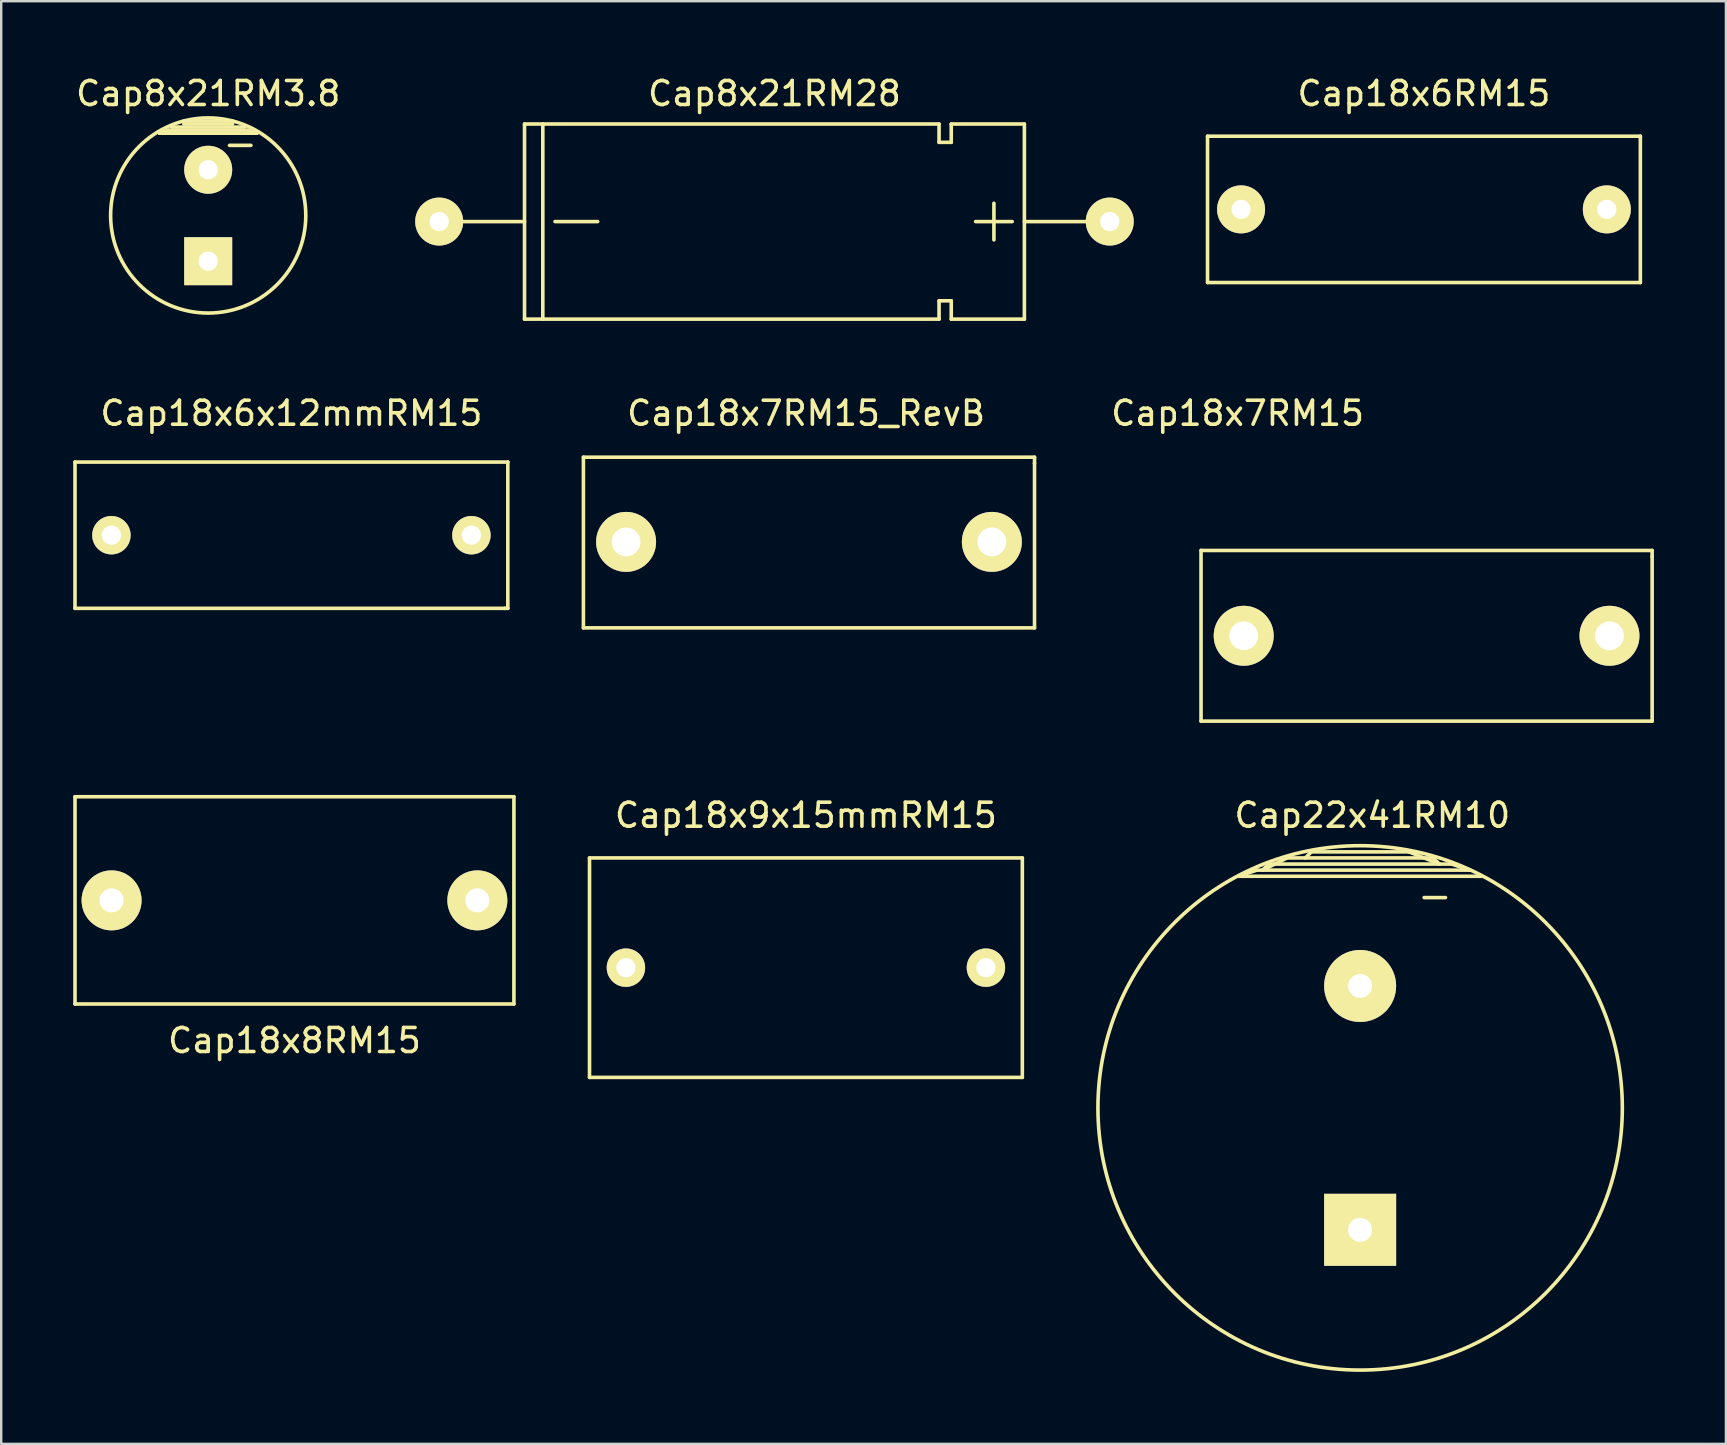
<source format=kicad_pcb>
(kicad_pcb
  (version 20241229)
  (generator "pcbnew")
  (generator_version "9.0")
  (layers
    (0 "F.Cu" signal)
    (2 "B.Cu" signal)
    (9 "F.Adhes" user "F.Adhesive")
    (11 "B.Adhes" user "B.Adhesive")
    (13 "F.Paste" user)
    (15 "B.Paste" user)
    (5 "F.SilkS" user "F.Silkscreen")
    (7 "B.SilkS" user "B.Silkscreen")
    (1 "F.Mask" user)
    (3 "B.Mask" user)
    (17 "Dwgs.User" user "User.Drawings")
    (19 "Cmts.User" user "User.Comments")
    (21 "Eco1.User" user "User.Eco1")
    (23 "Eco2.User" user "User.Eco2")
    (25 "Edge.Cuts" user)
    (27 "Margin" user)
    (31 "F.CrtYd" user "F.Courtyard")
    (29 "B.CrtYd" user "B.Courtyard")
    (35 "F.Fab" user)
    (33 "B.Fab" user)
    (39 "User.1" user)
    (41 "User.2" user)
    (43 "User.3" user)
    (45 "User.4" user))
  (footprint "Cap18x6RM15"
    (layer "F.Cu")
    (at 56.281 5.674)
    (property "Reference" "Cap18x6RM15" (at 0 -4.826 0) (layer "F.SilkS") (effects (font (size 1 1) (thickness 0.15))))
    (attr through_hole)
    (fp_line (start -9.017 -3.048) (end -9.017 3.048) (stroke (width 0.15) (type solid)) (layer "F.SilkS"))
    (fp_line (start -9.017 3.048) (end 9.017 3.048) (stroke (width 0.15) (type solid)) (layer "F.SilkS"))
    (fp_line (start 9.017 -3.048) (end -9.017 -3.048) (stroke (width 0.15) (type solid)) (layer "F.SilkS"))
    (fp_line (start 9.017 -3.048) (end 9.017 3.048) (stroke (width 0.15) (type solid)) (layer "F.SilkS"))
    (pad "1" thru_hole circle (at -7.62 0) (size 1.999 1.999) (drill 0.8) (layers "*.Cu" "*.Mask" "F.SilkS"))
    (pad "2" thru_hole circle (at 7.62 0) (size 1.999 1.999) (drill 0.8) (layers "*.Cu" "*.Mask" "F.SilkS")))
  (footprint "Cap18x6x12mmRM15"
    (layer "F.Cu")
    (at 9.092 19.25)
    (property "Reference" "Cap18x6x12mmRM15" (at 0 -5.08 0) (layer "F.SilkS") (effects (font (size 1 1) (thickness 0.15))))
    (attr through_hole)
    (fp_line (start -9.017 -3.048) (end -9.017 3.048) (stroke (width 0.15) (type solid)) (layer "F.SilkS"))
    (fp_line (start -9.017 3.048) (end 8.89 3.048) (stroke (width 0.15) (type solid)) (layer "F.SilkS"))
    (fp_line (start 8.89 3.048) (end 9.017 3.048) (stroke (width 0.15) (type solid)) (layer "F.SilkS"))
    (fp_line (start 9.017 -3.048) (end -9.017 -3.048) (stroke (width 0.15) (type solid)) (layer "F.SilkS"))
    (fp_line (start 9.017 3.048) (end 9.017 -3.048) (stroke (width 0.15) (type solid)) (layer "F.SilkS"))
    (pad "1" thru_hole circle (at -7.5 0) (size 1.6 1.6) (drill 0.8) (layers "*.Cu" "*.Mask" "F.SilkS"))
    (pad "2" thru_hole circle (at 7.5 0) (size 1.6 1.6) (drill 0.8) (layers "*.Cu" "*.Mask" "F.SilkS")))
  (footprint "Cap18x9x15mmRM15"
    (layer "F.Cu")
    (at 30.53 37.27)
    (property "Reference" "Cap18x9x15mmRM15" (at 0 -6.35 0) (layer "F.SilkS") (effects (font (size 1 1) (thickness 0.15))))
    (attr through_hole)
    (fp_line (start -9.017 -4.572) (end -9.017 4.572) (stroke (width 0.15) (type solid)) (layer "F.SilkS"))
    (fp_line (start -9.017 4.572) (end 9.017 4.572) (stroke (width 0.15) (type solid)) (layer "F.SilkS"))
    (fp_line (start 9.017 -4.572) (end -9.017 -4.572) (stroke (width 0.15) (type solid)) (layer "F.SilkS"))
    (fp_line (start 9.017 4.572) (end 9.017 -4.572) (stroke (width 0.15) (type solid)) (layer "F.SilkS"))
    (pad "1" thru_hole circle (at -7.5 0) (size 1.6 1.6) (drill 0.8) (layers "*.Cu" "*.Mask" "F.SilkS"))
    (pad "2" thru_hole circle (at 7.5 0) (size 1.6 1.6) (drill 0.8) (layers "*.Cu" "*.Mask" "F.SilkS")))
  (footprint "Cap18x7RM15"
    (layer "F.Cu")
    (at 48.771 23.314)
    (property "Reference" "Cap18x7RM15" (at -0.254 -9.144 0) (layer "F.SilkS") (effects (font (size 1 1) (thickness 0.15))))
    (attr through_hole)
    (fp_line (start -1.778 -3.429) (end -1.778 3.683) (stroke (width 0.15) (type solid)) (layer "F.SilkS"))
    (fp_line (start -1.778 3.683) (end 17.018 3.683) (stroke (width 0.15) (type solid)) (layer "F.SilkS"))
    (fp_line (start 17.018 -3.429) (end -1.778 -3.429) (stroke (width 0.15) (type solid)) (layer "F.SilkS"))
    (fp_line (start 17.018 -3.175) (end 17.018 -3.429) (stroke (width 0.15) (type solid)) (layer "F.SilkS"))
    (fp_line (start 17.018 3.683) (end 17.018 -3.175) (stroke (width 0.15) (type solid)) (layer "F.SilkS"))
    (pad "1" thru_hole circle (at 0 0.127) (size 2.499 2.499) (drill 1.199) (layers "*.Cu" "*.Mask" "F.SilkS"))
    (pad "2" thru_hole circle (at 15.24 0.127) (size 2.499 2.499) (drill 1.199) (layers "*.Cu" "*.Mask" "F.SilkS")))
  (footprint "Cap8x21RM3.8"
    (layer "F.Cu")
    (at 5.625 5.928)
    (property "Reference" "Cap8x21RM3.8" (at 0 -5.08 0) (layer "F.SilkS") (effects (font (size 1 1) (thickness 0.15))))
    (attr through_hole)
    (fp_line (start -2.032 -3.429) (end -1.651 -3.556) (stroke (width 0.15) (type solid)) (layer "F.SilkS"))
    (fp_line (start -1.651 -3.556) (end 1.651 -3.556) (stroke (width 0.15) (type solid)) (layer "F.SilkS"))
    (fp_line (start -1.524 -3.683) (end 1.524 -3.683) (stroke (width 0.15) (type solid)) (layer "F.SilkS"))
    (fp_line (start -1.016 -3.81) (end 1.016 -3.81) (stroke (width 0.15) (type solid)) (layer "F.SilkS"))
    (fp_line (start 0.889 -2.921) (end 1.778 -2.921) (stroke (width 0.15) (type solid)) (layer "F.SilkS"))
    (fp_line (start 1.016 -3.937) (end -1.016 -3.937) (stroke (width 0.15) (type solid)) (layer "F.SilkS"))
    (fp_line (start 1.651 -3.556) (end 2.032 -3.429) (stroke (width 0.15) (type solid)) (layer "F.SilkS"))
    (fp_line (start 2.032 -3.429) (end -2.032 -3.429) (stroke (width 0.15) (type solid)) (layer "F.SilkS"))
    (fp_circle (center 0 0) (end -4.064 0.127) (stroke (width 0.15) (type solid)) (fill no) (layer "F.SilkS"))
    (pad "1" thru_hole rect (at 0 1.905) (size 1.999 1.999) (drill 0.8) (layers "*.Cu" "*.Mask" "F.SilkS"))
    (pad "2" thru_hole circle (at 0 -1.905) (size 1.999 1.999) (drill 0.8) (layers "*.Cu" "*.Mask" "F.SilkS")))
  (footprint "Cap8x21RM28"
    (layer "F.Cu")
    (at 29.219 6.182)
    (property "Reference" "Cap8x21RM28" (at 0 -5.334 0) (layer "F.SilkS") (effects (font (size 1 1) (thickness 0.15))))
    (attr through_hole)
    (fp_line (start -10.414 0) (end -13.97 0) (stroke (width 0.15) (type solid)) (layer "F.SilkS"))
    (fp_line (start -10.414 4.064) (end -10.414 -4.064) (stroke (width 0.15) (type solid)) (layer "F.SilkS"))
    (fp_line (start -10.414 4.064) (end 6.858 4.064) (stroke (width 0.15) (type solid)) (layer "F.SilkS"))
    (fp_line (start -9.652 -4.064) (end -9.652 4.064) (stroke (width 0.15) (type solid)) (layer "F.SilkS"))
    (fp_line (start -9.144 0) (end -7.366 0) (stroke (width 0.15) (type solid)) (layer "F.SilkS"))
    (fp_line (start 6.858 -4.064) (end -10.414 -4.064) (stroke (width 0.15) (type solid)) (layer "F.SilkS"))
    (fp_line (start 6.858 -3.302) (end 6.858 -4.064) (stroke (width 0.15) (type solid)) (layer "F.SilkS"))
    (fp_line (start 6.858 3.302) (end 7.366 3.302) (stroke (width 0.15) (type solid)) (layer "F.SilkS"))
    (fp_line (start 6.858 4.064) (end 6.858 3.302) (stroke (width 0.15) (type solid)) (layer "F.SilkS"))
    (fp_line (start 7.366 -4.064) (end 7.366 -3.302) (stroke (width 0.15) (type solid)) (layer "F.SilkS"))
    (fp_line (start 7.366 -3.302) (end 6.858 -3.302) (stroke (width 0.15) (type solid)) (layer "F.SilkS"))
    (fp_line (start 7.366 3.302) (end 7.366 4.064) (stroke (width 0.15) (type solid)) (layer "F.SilkS"))
    (fp_line (start 7.366 4.064) (end 10.414 4.064) (stroke (width 0.15) (type solid)) (layer "F.SilkS"))
    (fp_line (start 9.144 0.762) (end 9.144 -0.762) (stroke (width 0.15) (type solid)) (layer "F.SilkS"))
    (fp_line (start 9.906 0) (end 8.382 0) (stroke (width 0.15) (type solid)) (layer "F.SilkS"))
    (fp_line (start 10.414 -4.064) (end 7.366 -4.064) (stroke (width 0.15) (type solid)) (layer "F.SilkS"))
    (fp_line (start 10.414 -4.064) (end 10.414 4.064) (stroke (width 0.15) (type solid)) (layer "F.SilkS"))
    (fp_line (start 10.414 0) (end 13.97 0) (stroke (width 0.15) (type solid)) (layer "F.SilkS"))
    (pad "1" thru_hole circle (at 13.97 0) (size 1.999 1.999) (drill 0.8) (layers "*.Cu" "*.Mask" "F.SilkS"))
    (pad "2" thru_hole circle (at -13.97 0) (size 1.999 1.999) (drill 0.8) (layers "*.Cu" "*.Mask" "F.SilkS")))
  (footprint "Cap18x7RM15_RevB"
    (layer "F.Cu")
    (at 30.537 19.529)
    (property "Reference" "Cap18x7RM15_RevB" (at 0 -5.36 0) (layer "F.SilkS") (effects (font (size 1 1) (thickness 0.15))))
    (attr through_hole)
    (fp_line (start -9.278 -3.529) (end -9.278 3.583) (stroke (width 0.15) (type solid)) (layer "F.SilkS"))
    (fp_line (start -9.278 3.583) (end 9.518 3.583) (stroke (width 0.15) (type solid)) (layer "F.SilkS"))
    (fp_line (start 9.518 -3.529) (end -9.278 -3.529) (stroke (width 0.15) (type solid)) (layer "F.SilkS"))
    (fp_line (start 9.518 -3.275) (end 9.518 -3.529) (stroke (width 0.15) (type solid)) (layer "F.SilkS"))
    (fp_line (start 9.518 3.583) (end 9.518 -3.275) (stroke (width 0.15) (type solid)) (layer "F.SilkS"))
    (pad "1" thru_hole circle (at -7.5 0) (size 2.499 2.499) (drill 1.199) (layers "*.Cu" "*.Mask" "F.SilkS"))
    (pad "2" thru_hole circle (at 7.74 0) (size 2.499 2.499) (drill 1.199) (layers "*.Cu" "*.Mask" "F.SilkS")))
  (footprint "Cap22x41RM10"
    (layer "F.Cu")
    (at 53.622 43.112)
    (property "Reference" "Cap22x41RM10" (at 0.508 -12.192 0) (layer "F.SilkS") (effects (font (size 1 1) (thickness 0.15))))
    (attr through_hole)
    (fp_line (start -5.08 -9.652) (end -4.318 -9.906) (stroke (width 0.15) (type solid)) (layer "F.SilkS"))
    (fp_line (start -4.318 -9.906) (end 4.572 -9.906) (stroke (width 0.15) (type solid)) (layer "F.SilkS"))
    (fp_line (start -4.064 -9.906) (end -3.048 -10.414) (stroke (width 0.15) (type solid)) (layer "F.SilkS"))
    (fp_line (start -3.81 -10.16) (end -4.064 -9.906) (stroke (width 0.15) (type solid)) (layer "F.SilkS"))
    (fp_line (start -3.048 -10.414) (end 3.048 -10.414) (stroke (width 0.15) (type solid)) (layer "F.SilkS"))
    (fp_line (start -2.032 -10.668) (end -2.286 -10.414) (stroke (width 0.15) (type solid)) (layer "F.SilkS"))
    (fp_line (start 2.032 -10.668) (end -2.032 -10.668) (stroke (width 0.15) (type solid)) (layer "F.SilkS"))
    (fp_line (start 2.667 -8.763) (end 3.556 -8.763) (stroke (width 0.15) (type solid)) (layer "F.SilkS"))
    (fp_line (start 3.048 -10.414) (end 3.302 -10.16) (stroke (width 0.15) (type solid)) (layer "F.SilkS"))
    (fp_line (start 3.302 -10.16) (end 2.032 -10.668) (stroke (width 0.15) (type solid)) (layer "F.SilkS"))
    (fp_line (start 3.81 -10.16) (end -3.81 -10.16) (stroke (width 0.15) (type solid)) (layer "F.SilkS"))
    (fp_line (start 4.572 -9.906) (end 3.81 -10.16) (stroke (width 0.15) (type solid)) (layer "F.SilkS"))
    (fp_line (start 5.08 -9.652) (end -5.08 -9.652) (stroke (width 0.15) (type solid)) (layer "F.SilkS"))
    (fp_circle (center 0 0) (end 10.922 -0.254) (stroke (width 0.15) (type solid)) (fill no) (layer "F.SilkS"))
    (pad "1" thru_hole rect (at 0 5.08) (size 3 3) (drill 1.001) (layers "*.Cu" "*.Mask" "F.SilkS"))
    (pad "2" thru_hole circle (at 0 -5.08) (size 3 3) (drill 1.001) (layers "*.Cu" "*.Mask" "F.SilkS")))
  (footprint "Cap18x8RM15"
    (layer "F.Cu")
    (at 9.219 34.465)
    (property "Reference" "Cap18x8RM15" (at 0 5.842 0) (layer "F.SilkS") (effects (font (size 1 1) (thickness 0.15))))
    (attr through_hole)
    (fp_line (start -9.144 -4.318) (end 9.144 -4.318) (stroke (width 0.15) (type solid)) (layer "F.SilkS"))
    (fp_line (start -9.144 4.318) (end -9.144 -4.318) (stroke (width 0.15) (type solid)) (layer "F.SilkS"))
    (fp_line (start 9.144 -4.318) (end 9.144 4.318) (stroke (width 0.15) (type solid)) (layer "F.SilkS"))
    (fp_line (start 9.144 4.318) (end -9.144 4.318) (stroke (width 0.15) (type solid)) (layer "F.SilkS"))
    (pad "1" thru_hole circle (at 7.62 0) (size 2.499 2.499) (drill 1.001) (layers "*.Cu" "*.Mask" "F.SilkS"))
    (pad "2" thru_hole circle (at -7.62 0) (size 2.499 2.499) (drill 1.001) (layers "*.Cu" "*.Mask" "F.SilkS")))
  (gr_rect
    (start -3 -3)
    (end 68.864 57.112)
    (stroke (width 0.1) (type default))
    (fill no)
    (layer "Edge.Cuts")))
</source>
